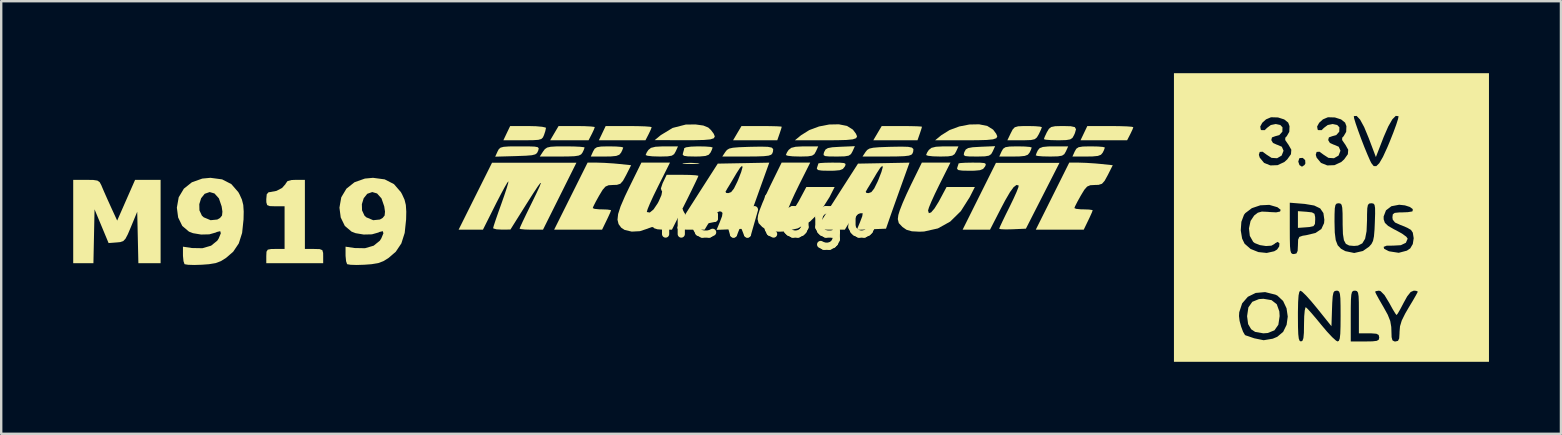
<source format=kicad_pcb>
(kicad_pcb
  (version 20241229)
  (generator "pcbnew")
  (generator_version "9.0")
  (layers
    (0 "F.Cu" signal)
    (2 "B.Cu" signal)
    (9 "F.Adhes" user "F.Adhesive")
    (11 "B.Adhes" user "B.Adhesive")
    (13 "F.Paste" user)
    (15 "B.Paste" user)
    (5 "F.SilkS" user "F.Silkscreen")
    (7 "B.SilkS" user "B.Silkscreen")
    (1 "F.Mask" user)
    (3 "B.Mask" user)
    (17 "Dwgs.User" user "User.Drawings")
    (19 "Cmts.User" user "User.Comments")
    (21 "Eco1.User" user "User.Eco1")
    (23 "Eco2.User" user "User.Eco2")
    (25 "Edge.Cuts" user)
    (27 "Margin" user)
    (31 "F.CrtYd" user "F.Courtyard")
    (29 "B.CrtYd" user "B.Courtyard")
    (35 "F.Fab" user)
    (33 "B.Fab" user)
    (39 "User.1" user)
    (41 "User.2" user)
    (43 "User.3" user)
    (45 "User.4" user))
  (footprint "newlogo"
    (layer "F.Cu")
    (at 28.925 6.011)
    (property "Reference" "newlogo" (at 0 0 0) (layer "F.SilkS") (effects (font (size 1.524 1.524) (thickness 0.3))))
    (attr board_only exclude_from_pos_files exclude_from_bom)
    (fp_poly (pts (xy -2.913 -2.264) (xy -2.902 -2.263) (xy -2.822 -2.247) (xy -2.894 -2.236) (xy -3.103 -2.229) (xy -3.175 -2.229) (xy -3.422 -2.233) (xy -3.544 -2.243) (xy -3.522 -2.259) (xy -3.494 -2.262) (xy -3.214 -2.277)) (stroke (width 0) (type solid)) (fill yes) (layer "F.SilkS"))
    (fp_poly (pts (xy 22.458 -0.238) (xy 22.683 -0.213) (xy 22.787 -0.154) (xy 22.816 -0.018) (xy 22.818 0.085) (xy 22.807 0.271) (xy 22.745 0.361) (xy 22.583 0.397) (xy 22.458 0.407) (xy 22.098 0.433) (xy 22.098 -0.264)) (stroke (width 0) (type solid)) (fill yes) (layer "F.SilkS"))
    (fp_poly (pts (xy -7.617 -3.805) (xy -7.359 -3.792) (xy -7.214 -3.774) (xy -7.197 -3.763) (xy -7.232 -3.664) (xy -7.317 -3.483) (xy -7.326 -3.467) (xy -7.455 -3.217) (xy -9.054 -3.217) (xy -8.879 -3.514) (xy -8.704 -3.81) (xy -7.95 -3.81)) (stroke (width 0) (type solid)) (fill yes) (layer "F.SilkS"))
    (fp_poly (pts (xy -5.404 -3.806) (xy -5.095 -3.796) (xy -4.892 -3.78) (xy -4.826 -3.763) (xy -4.861 -3.664) (xy -4.947 -3.483) (xy -4.955 -3.467) (xy -5.084 -3.217) (xy -7.025 -3.217) (xy -6.883 -3.514) (xy -6.742 -3.81) (xy -5.784 -3.81)) (stroke (width 0) (type solid)) (fill yes) (layer "F.SilkS"))
    (fp_poly (pts (xy 0.108 -3.807) (xy 0.388 -3.8) (xy 0.558 -3.789) (xy 0.593 -3.78) (xy 0.568 -3.688) (xy 0.507 -3.504) (xy 0.5 -3.484) (xy 0.407 -3.217) (xy -1.434 -3.217) (xy -1.259 -3.514) (xy -1.084 -3.81) (xy -0.246 -3.81)) (stroke (width 0) (type solid)) (fill yes) (layer "F.SilkS"))
    (fp_poly (pts (xy 5.95 -3.807) (xy 6.23 -3.8) (xy 6.4 -3.789) (xy 6.435 -3.78) (xy 6.41 -3.688) (xy 6.349 -3.504) (xy 6.342 -3.484) (xy 6.249 -3.217) (xy 4.408 -3.217) (xy 4.583 -3.514) (xy 4.758 -3.81) (xy 5.596 -3.81)) (stroke (width 0) (type solid)) (fill yes) (layer "F.SilkS"))
    (fp_poly (pts (xy 14.662 -3.806) (xy 14.971 -3.796) (xy 15.174 -3.78) (xy 15.24 -3.763) (xy 15.205 -3.664) (xy 15.119 -3.483) (xy 15.111 -3.467) (xy 14.982 -3.217) (xy 13.041 -3.217) (xy 13.183 -3.514) (xy 13.324 -3.81) (xy 14.282 -3.81)) (stroke (width 0) (type solid)) (fill yes) (layer "F.SilkS"))
    (fp_poly (pts (xy -2.673 -3.831) (xy -2.469 -3.748) (xy -2.357 -3.644) (xy -2.241 -3.49) (xy -2.195 -3.377) (xy -2.237 -3.301) (xy -2.382 -3.254) (xy -2.65 -3.23) (xy -3.057 -3.221) (xy -3.45 -3.22) (xy -4.699 -3.223) (xy -4.445 -3.432) (xy -3.954 -3.731) (xy -3.403 -3.872) (xy -2.994 -3.876)) (stroke (width 0) (type solid)) (fill yes) (layer "F.SilkS"))
    (fp_poly (pts (xy -9.643 -3.802) (xy -9.387 -3.779) (xy -9.245 -3.747) (xy -9.229 -3.731) (xy -9.257 -3.598) (xy -9.311 -3.435) (xy -9.357 -3.334) (xy -9.424 -3.27) (xy -9.549 -3.235) (xy -9.765 -3.221) (xy -10.108 -3.217) (xy -10.199 -3.217) (xy -11.004 -3.217) (xy -10.863 -3.514) (xy -10.721 -3.81) (xy -9.975 -3.81)) (stroke (width 0) (type solid)) (fill yes) (layer "F.SilkS"))
    (fp_poly (pts (xy 3.315 -3.813) (xy 3.555 -3.662) (xy 3.57 -3.644) (xy 3.684 -3.491) (xy 3.731 -3.38) (xy 3.692 -3.304) (xy 3.552 -3.256) (xy 3.291 -3.23) (xy 2.893 -3.219) (xy 2.434 -3.218) (xy 1.143 -3.218) (xy 1.397 -3.426) (xy 1.742 -3.642) (xy 2.146 -3.792) (xy 2.57 -3.874) (xy 2.973 -3.882)) (stroke (width 0) (type solid)) (fill yes) (layer "F.SilkS"))
    (fp_poly (pts (xy 9.157 -3.813) (xy 9.397 -3.662) (xy 9.412 -3.644) (xy 9.526 -3.491) (xy 9.573 -3.38) (xy 9.534 -3.304) (xy 9.394 -3.256) (xy 9.133 -3.23) (xy 8.735 -3.219) (xy 8.276 -3.218) (xy 6.985 -3.218) (xy 7.239 -3.426) (xy 7.584 -3.642) (xy 7.988 -3.792) (xy 8.412 -3.874) (xy 8.815 -3.882)) (stroke (width 0) (type solid)) (fill yes) (layer "F.SilkS"))
    (fp_poly (pts (xy -6.302 -2.957) (xy -6.095 -2.94) (xy -6.011 -2.916) (xy -6.011 -2.915) (xy -6.047 -2.811) (xy -6.099 -2.704) (xy -6.173 -2.615) (xy -6.303 -2.565) (xy -6.531 -2.543) (xy -6.774 -2.54) (xy -7.362 -2.54) (xy -7.266 -2.752) (xy -7.201 -2.864) (xy -7.105 -2.928) (xy -6.934 -2.956) (xy -6.645 -2.963) (xy -6.59 -2.963)) (stroke (width 0) (type solid)) (fill yes) (layer "F.SilkS"))
    (fp_poly (pts (xy -3.825 -2.752) (xy -3.891 -2.639) (xy -3.986 -2.576) (xy -4.157 -2.547) (xy -4.446 -2.54) (xy -4.501 -2.54) (xy -4.789 -2.548) (xy -4.995 -2.571) (xy -5.077 -2.602) (xy -5.077 -2.603) (xy -5.029 -2.715) (xy -4.962 -2.815) (xy -4.854 -2.901) (xy -4.667 -2.947) (xy -4.36 -2.963) (xy -4.289 -2.963) (xy -3.729 -2.963)) (stroke (width 0) (type solid)) (fill yes) (layer "F.SilkS"))
    (fp_poly (pts (xy 2.017 -2.752) (xy 1.951 -2.639) (xy 1.856 -2.576) (xy 1.685 -2.547) (xy 1.396 -2.54) (xy 1.341 -2.54) (xy 1.053 -2.548) (xy 0.847 -2.571) (xy 0.765 -2.602) (xy 0.765 -2.603) (xy 0.813 -2.715) (xy 0.88 -2.815) (xy 0.988 -2.901) (xy 1.175 -2.947) (xy 1.482 -2.963) (xy 1.553 -2.963) (xy 2.113 -2.963)) (stroke (width 0) (type solid)) (fill yes) (layer "F.SilkS"))
    (fp_poly (pts (xy 3.542 -2.755) (xy 3.477 -2.641) (xy 3.382 -2.576) (xy 3.213 -2.547) (xy 2.926 -2.54) (xy 2.868 -2.54) (xy 2.565 -2.543) (xy 2.399 -2.559) (xy 2.336 -2.602) (xy 2.345 -2.683) (xy 2.362 -2.731) (xy 2.417 -2.832) (xy 2.517 -2.892) (xy 2.702 -2.926) (xy 3.015 -2.945) (xy 3.036 -2.946) (xy 3.64 -2.971)) (stroke (width 0) (type solid)) (fill yes) (layer "F.SilkS"))
    (fp_poly (pts (xy 7.859 -2.752) (xy 7.793 -2.639) (xy 7.698 -2.576) (xy 7.527 -2.547) (xy 7.238 -2.54) (xy 7.183 -2.54) (xy 6.895 -2.548) (xy 6.689 -2.571) (xy 6.607 -2.602) (xy 6.607 -2.603) (xy 6.655 -2.715) (xy 6.722 -2.815) (xy 6.83 -2.901) (xy 7.017 -2.947) (xy 7.324 -2.963) (xy 7.395 -2.963) (xy 7.955 -2.963)) (stroke (width 0) (type solid)) (fill yes) (layer "F.SilkS"))
    (fp_poly (pts (xy 9.384 -2.755) (xy 9.319 -2.641) (xy 9.224 -2.576) (xy 9.055 -2.547) (xy 8.768 -2.54) (xy 8.71 -2.54) (xy 8.407 -2.543) (xy 8.241 -2.559) (xy 8.178 -2.602) (xy 8.187 -2.683) (xy 8.204 -2.731) (xy 8.259 -2.832) (xy 8.359 -2.892) (xy 8.544 -2.926) (xy 8.857 -2.945) (xy 8.878 -2.946) (xy 9.482 -2.971)) (stroke (width 0) (type solid)) (fill yes) (layer "F.SilkS"))
    (fp_poly (pts (xy 10.716 -2.957) (xy 10.923 -2.94) (xy 11.007 -2.916) (xy 11.007 -2.915) (xy 10.971 -2.811) (xy 10.919 -2.704) (xy 10.845 -2.615) (xy 10.715 -2.565) (xy 10.487 -2.543) (xy 10.244 -2.54) (xy 9.656 -2.54) (xy 9.752 -2.752) (xy 9.817 -2.864) (xy 9.913 -2.928) (xy 10.084 -2.956) (xy 10.373 -2.963) (xy 10.428 -2.963)) (stroke (width 0) (type solid)) (fill yes) (layer "F.SilkS"))
    (fp_poly (pts (xy 12.431 -2.752) (xy 12.365 -2.639) (xy 12.27 -2.576) (xy 12.099 -2.547) (xy 11.81 -2.54) (xy 11.755 -2.54) (xy 11.467 -2.546) (xy 11.259 -2.563) (xy 11.176 -2.587) (xy 11.176 -2.588) (xy 11.212 -2.693) (xy 11.264 -2.8) (xy 11.338 -2.888) (xy 11.468 -2.938) (xy 11.696 -2.96) (xy 11.939 -2.963) (xy 12.527 -2.963)) (stroke (width 0) (type solid)) (fill yes) (layer "F.SilkS"))
    (fp_poly (pts (xy 13.764 -2.957) (xy 13.971 -2.94) (xy 14.055 -2.916) (xy 14.055 -2.915) (xy 14.019 -2.811) (xy 13.967 -2.704) (xy 13.893 -2.615) (xy 13.763 -2.565) (xy 13.535 -2.543) (xy 13.292 -2.54) (xy 12.704 -2.54) (xy 12.8 -2.752) (xy 12.865 -2.864) (xy 12.961 -2.928) (xy 13.132 -2.956) (xy 13.421 -2.963) (xy 13.476 -2.963)) (stroke (width 0) (type solid)) (fill yes) (layer "F.SilkS"))
    (fp_poly (pts (xy 20.998 3.443) (xy 21.217 3.615) (xy 21.323 3.911) (xy 21.336 4.106) (xy 21.283 4.467) (xy 21.121 4.7) (xy 20.842 4.812) (xy 20.659 4.826) (xy 20.316 4.766) (xy 20.151 4.657) (xy 20.023 4.441) (xy 19.981 4.119) (xy 19.981 4.106) (xy 20.034 3.746) (xy 20.196 3.513) (xy 20.475 3.4) (xy 20.659 3.387)) (stroke (width 0) (type solid)) (fill yes) (layer "F.SilkS"))
    (fp_poly (pts (xy -8.071 -2.959) (xy -7.803 -2.946) (xy -7.645 -2.927) (xy -7.62 -2.915) (xy -7.656 -2.811) (xy -7.708 -2.704) (xy -7.766 -2.628) (xy -7.865 -2.58) (xy -8.04 -2.553) (xy -8.324 -2.542) (xy -8.641 -2.54) (xy -9.487 -2.54) (xy -9.348 -2.752) (xy -9.273 -2.851) (xy -9.18 -2.913) (xy -9.031 -2.947) (xy -8.79 -2.961) (xy -8.416 -2.963) (xy -8.415 -2.963)) (stroke (width 0) (type solid)) (fill yes) (layer "F.SilkS"))
    (fp_poly (pts (xy 0.014 -2.944) (xy 0.173 -2.913) (xy 0.237 -2.851) (xy 0.229 -2.752) (xy 0.203 -2.674) (xy 0.155 -2.616) (xy 0.046 -2.577) (xy -0.152 -2.554) (xy -0.467 -2.543) (xy -0.866 -2.54) (xy -1.883 -2.54) (xy -1.757 -2.731) (xy -1.689 -2.814) (xy -1.595 -2.871) (xy -1.441 -2.906) (xy -1.194 -2.927) (xy -0.821 -2.941) (xy -0.688 -2.945) (xy -0.265 -2.952)) (stroke (width 0) (type solid)) (fill yes) (layer "F.SilkS"))
    (fp_poly (pts (xy 3.021 -2.283) (xy 3.191 -2.268) (xy 3.253 -2.229) (xy 3.238 -2.157) (xy 3.217 -2.117) (xy 3.141 -2.023) (xy 3.01 -1.971) (xy 2.781 -1.95) (xy 2.57 -1.947) (xy 2.272 -1.953) (xy 2.111 -1.976) (xy 2.056 -2.024) (xy 2.065 -2.081) (xy 2.11 -2.216) (xy 2.117 -2.251) (xy 2.194 -2.268) (xy 2.398 -2.281) (xy 2.686 -2.286) (xy 2.712 -2.286)) (stroke (width 0) (type solid)) (fill yes) (layer "F.SilkS"))
    (fp_poly (pts (xy 5.856 -2.944) (xy 6.015 -2.913) (xy 6.079 -2.851) (xy 6.071 -2.752) (xy 6.045 -2.674) (xy 5.997 -2.616) (xy 5.888 -2.577) (xy 5.69 -2.554) (xy 5.375 -2.543) (xy 4.976 -2.54) (xy 3.959 -2.54) (xy 4.085 -2.731) (xy 4.153 -2.814) (xy 4.247 -2.871) (xy 4.401 -2.906) (xy 4.648 -2.927) (xy 5.021 -2.941) (xy 5.154 -2.945) (xy 5.577 -2.952)) (stroke (width 0) (type solid)) (fill yes) (layer "F.SilkS"))
    (fp_poly (pts (xy 8.863 -2.283) (xy 9.033 -2.268) (xy 9.095 -2.229) (xy 9.08 -2.157) (xy 9.059 -2.117) (xy 8.983 -2.023) (xy 8.852 -1.971) (xy 8.623 -1.95) (xy 8.412 -1.947) (xy 8.114 -1.953) (xy 7.953 -1.976) (xy 7.898 -2.024) (xy 7.907 -2.081) (xy 7.952 -2.216) (xy 7.959 -2.251) (xy 8.036 -2.268) (xy 8.24 -2.281) (xy 8.528 -2.286) (xy 8.554 -2.286)) (stroke (width 0) (type solid)) (fill yes) (layer "F.SilkS"))
    (fp_poly (pts (xy 11.141 -3.804) (xy 11.348 -3.787) (xy 11.43 -3.764) (xy 11.43 -3.763) (xy 11.395 -3.664) (xy 11.309 -3.483) (xy 11.301 -3.467) (xy 11.223 -3.336) (xy 11.13 -3.261) (xy 10.976 -3.227) (xy 10.716 -3.218) (xy 10.583 -3.217) (xy 9.993 -3.217) (xy 10.135 -3.514) (xy 10.216 -3.67) (xy 10.302 -3.759) (xy 10.441 -3.799) (xy 10.678 -3.81) (xy 10.853 -3.81)) (stroke (width 0) (type solid)) (fill yes) (layer "F.SilkS"))
    (fp_poly (pts (xy -9.939 -2.962) (xy -9.701 -2.953) (xy -9.575 -2.93) (xy -9.532 -2.885) (xy -9.545 -2.811) (xy -9.558 -2.773) (xy -9.602 -2.686) (xy -9.677 -2.629) (xy -9.818 -2.594) (xy -10.058 -2.574) (xy -10.43 -2.56) (xy -10.487 -2.558) (xy -11.344 -2.534) (xy -11.247 -2.749) (xy -11.194 -2.847) (xy -11.121 -2.91) (xy -10.993 -2.944) (xy -10.775 -2.96) (xy -10.431 -2.963) (xy -10.318 -2.963)) (stroke (width 0) (type solid)) (fill yes) (layer "F.SilkS"))
    (fp_poly (pts (xy -2.587 -2.957) (xy -2.375 -2.941) (xy -2.286 -2.917) (xy -2.286 -2.915) (xy -2.322 -2.811) (xy -2.374 -2.704) (xy -2.451 -2.613) (xy -2.587 -2.563) (xy -2.825 -2.542) (xy -3.018 -2.54) (xy -3.316 -2.546) (xy -3.477 -2.568) (xy -3.532 -2.616) (xy -3.523 -2.674) (xy -3.477 -2.835) (xy -3.471 -2.886) (xy -3.394 -2.924) (xy -3.19 -2.952) (xy -2.902 -2.963) (xy -2.879 -2.963)) (stroke (width 0) (type solid)) (fill yes) (layer "F.SilkS"))
    (fp_poly (pts (xy 12.634 -3.802) (xy 12.803 -3.765) (xy 12.853 -3.677) (xy 12.808 -3.517) (xy 12.771 -3.433) (xy 12.706 -3.318) (xy 12.611 -3.254) (xy 12.443 -3.225) (xy 12.158 -3.217) (xy 12.094 -3.217) (xy 11.805 -3.224) (xy 11.598 -3.24) (xy 11.515 -3.263) (xy 11.515 -3.264) (xy 11.55 -3.364) (xy 11.635 -3.544) (xy 11.644 -3.56) (xy 11.725 -3.695) (xy 11.823 -3.77) (xy 11.986 -3.803) (xy 12.263 -3.81) (xy 12.321 -3.81)) (stroke (width 0) (type solid)) (fill yes) (layer "F.SilkS"))
    (fp_poly (pts (xy 10.765 0.466) (xy 10.209 0.491) (xy 9.927 0.497) (xy 9.727 0.488) (xy 9.652 0.468) (xy 9.688 0.378) (xy 9.785 0.169) (xy 9.928 -0.127) (xy 10.081 -0.434) (xy 10.247 -0.777) (xy 10.376 -1.063) (xy 10.452 -1.259) (xy 10.465 -1.332) (xy 10.376 -1.357) (xy 10.258 -1.27) (xy 10.103 -1.058) (xy 9.9 -0.709) (xy 9.732 -0.391) (xy 9.271 0.506) (xy 8.129 0.508) (xy 8.823 -0.884) (xy 9.517 -2.275) (xy 10.841 -2.276) (xy 12.164 -2.277)) (stroke (width 0) (type solid)) (fill yes) (layer "F.SilkS"))
    (fp_poly (pts (xy -28.09 -1.564) (xy -27.918 -1.538) (xy -27.822 -1.471) (xy -27.753 -1.343) (xy -27.733 -1.293) (xy -27.64 -1.076) (xy -27.505 -0.771) (xy -27.357 -0.445) (xy -27.357 -0.444) (xy -27.093 0.129) (xy -26.72 -0.72) (xy -26.347 -1.568) (xy -25.284 -1.568) (xy -25.284 1.903) (xy -26.21 1.903) (xy -26.234 0.831) (xy -26.258 -0.24) (xy -26.517 0.387) (xy -26.649 0.698) (xy -26.748 0.886) (xy -26.843 0.984) (xy -26.966 1.025) (xy -27.114 1.039) (xy -27.451 1.065) (xy -28.036 -0.34) (xy -28.083 1.903) (xy -28.925 1.903) (xy -28.925 -1.568) (xy -28.385 -1.568)) (stroke (width 0) (type solid)) (fill yes) (layer "F.SilkS"))
    (fp_poly (pts (xy -19.273 1.311) (xy -18.892 1.311) (xy -18.658 1.317) (xy -18.547 1.36) (xy -18.513 1.475) (xy -18.511 1.607) (xy -18.511 1.903) (xy -20.881 1.903) (xy -20.881 1.607) (xy -20.873 1.425) (xy -20.818 1.339) (xy -20.67 1.312) (xy -20.5 1.311) (xy -20.119 1.311) (xy -20.119 -0.467) (xy -20.5 -0.467) (xy -20.735 -0.474) (xy -20.845 -0.517) (xy -20.879 -0.632) (xy -20.881 -0.764) (xy -20.862 -0.969) (xy -20.787 -1.051) (xy -20.716 -1.06) (xy -20.456 -1.109) (xy -20.222 -1.232) (xy -20.08 -1.392) (xy -20.073 -1.412) (xy -19.998 -1.515) (xy -19.829 -1.561) (xy -19.648 -1.568) (xy -19.273 -1.568)) (stroke (width 0) (type solid)) (fill yes) (layer "F.SilkS"))
    (fp_poly (pts (xy -6.792 -2.276) (xy -6.417 -2.252) (xy -6.198 -2.232) (xy -5.682 -2.178) (xy -5.89 -1.766) (xy -6.021 -1.528) (xy -6.131 -1.405) (xy -6.273 -1.36) (xy -6.43 -1.355) (xy -6.619 -1.344) (xy -6.75 -1.288) (xy -6.869 -1.152) (xy -7.02 -0.902) (xy -7.021 -0.9) (xy -7.158 -0.653) (xy -7.252 -0.468) (xy -7.281 -0.392) (xy -7.206 -0.36) (xy -7.014 -0.341) (xy -6.9 -0.339) (xy -6.673 -0.331) (xy -6.537 -0.311) (xy -6.519 -0.299) (xy -6.553 -0.206) (xy -6.64 -0.013) (xy -6.706 0.125) (xy -6.892 0.508) (xy -8.889 0.508) (xy -8.192 -0.889) (xy -7.495 -2.286) (xy -7.104 -2.286)) (stroke (width 0) (type solid)) (fill yes) (layer "F.SilkS"))
    (fp_poly (pts (xy 1.313 -1.356) (xy 1.133 -0.986) (xy 0.985 -0.662) (xy 0.885 -0.42) (xy 0.847 -0.292) (xy 0.847 -0.291) (xy 0.88 -0.18) (xy 0.974 -0.212) (xy 1.115 -0.376) (xy 1.291 -0.659) (xy 1.338 -0.746) (xy 1.618 -1.27) (xy 2.797 -1.27) (xy 2.584 -0.85) (xy 2.213 -0.265) (xy 1.769 0.171) (xy 1.257 0.455) (xy 0.682 0.584) (xy 0.492 0.592) (xy 0.17 0.575) (xy -0.05 0.512) (xy -0.219 0.396) (xy -0.372 0.234) (xy -0.413 0.067) (xy -0.391 -0.104) (xy -0.331 -0.299) (xy -0.212 -0.603) (xy -0.05 -0.972) (xy 0.127 -1.347) (xy 0.588 -2.286) (xy 1.779 -2.286)) (stroke (width 0) (type solid)) (fill yes) (layer "F.SilkS"))
    (fp_poly (pts (xy 7.155 -1.356) (xy 6.975 -0.986) (xy 6.827 -0.662) (xy 6.727 -0.42) (xy 6.689 -0.292) (xy 6.689 -0.291) (xy 6.722 -0.18) (xy 6.816 -0.212) (xy 6.957 -0.376) (xy 7.133 -0.659) (xy 7.18 -0.746) (xy 7.46 -1.27) (xy 8.639 -1.27) (xy 8.426 -0.85) (xy 8.055 -0.265) (xy 7.611 0.171) (xy 7.099 0.455) (xy 6.524 0.584) (xy 6.334 0.592) (xy 6.012 0.575) (xy 5.792 0.512) (xy 5.623 0.396) (xy 5.47 0.234) (xy 5.429 0.067) (xy 5.451 -0.104) (xy 5.511 -0.299) (xy 5.63 -0.603) (xy 5.792 -0.972) (xy 5.969 -1.347) (xy 6.43 -2.286) (xy 7.621 -2.286)) (stroke (width 0) (type solid)) (fill yes) (layer "F.SilkS"))
    (fp_poly (pts (xy 13.274 -2.276) (xy 13.649 -2.252) (xy 13.868 -2.232) (xy 14.384 -2.178) (xy 14.176 -1.766) (xy 14.045 -1.528) (xy 13.935 -1.405) (xy 13.793 -1.36) (xy 13.636 -1.355) (xy 13.447 -1.344) (xy 13.316 -1.288) (xy 13.197 -1.152) (xy 13.046 -0.902) (xy 13.045 -0.9) (xy 12.908 -0.653) (xy 12.814 -0.468) (xy 12.785 -0.392) (xy 12.86 -0.36) (xy 13.052 -0.341) (xy 13.166 -0.339) (xy 13.393 -0.331) (xy 13.529 -0.311) (xy 13.547 -0.299) (xy 13.513 -0.206) (xy 13.426 -0.013) (xy 13.36 0.125) (xy 13.174 0.508) (xy 11.177 0.508) (xy 11.874 -0.889) (xy 12.571 -2.286) (xy 12.962 -2.286)) (stroke (width 0) (type solid)) (fill yes) (layer "F.SilkS"))
    (fp_poly (pts (xy -9.719 -2.282) (xy -7.961 -2.282) (xy -8.657 -0.887) (xy -9.353 0.508) (xy -9.841 0.508) (xy -10.103 0.501) (xy -10.28 0.483) (xy -10.329 0.464) (xy -10.294 0.377) (xy -10.197 0.166) (xy -10.051 -0.138) (xy -9.872 -0.506) (xy -9.818 -0.615) (xy -9.618 -1.026) (xy -9.491 -1.3) (xy -9.44 -1.437) (xy -9.466 -1.434) (xy -9.572 -1.291) (xy -9.761 -1.005) (xy -10.034 -0.576) (xy -10.133 -0.418) (xy -10.71 0.502) (xy -11.07 0.505) (xy -11.29 0.493) (xy -11.417 0.458) (xy -11.43 0.44) (xy -11.403 0.338) (xy -11.328 0.111) (xy -11.218 -0.206) (xy -11.095 -0.551) (xy -10.966 -0.917) (xy -10.866 -1.22) (xy -10.805 -1.428) (xy -10.793 -1.508) (xy -10.841 -1.45) (xy -10.949 -1.265) (xy -11.102 -0.982) (xy -11.286 -0.627) (xy -11.341 -0.517) (xy -11.855 0.508) (xy -12.869 0.508) (xy -12.173 -0.887) (xy -11.476 -2.282)) (stroke (width 0) (type solid)) (fill yes) (layer "F.SilkS"))
    (fp_poly (pts (xy -4.567 -1.28) (xy -4.75 -0.905) (xy -4.896 -0.587) (xy -4.993 -0.354) (xy -5.027 -0.235) (xy -5.025 -0.227) (xy -4.904 -0.207) (xy -4.749 -0.334) (xy -4.575 -0.592) (xy -4.528 -0.681) (xy -4.418 -0.933) (xy -4.39 -1.086) (xy -4.412 -1.118) (xy -4.442 -1.209) (xy -4.372 -1.42) (xy -4.352 -1.463) (xy -4.202 -1.778) (xy -3.54 -1.778) (xy -3.23 -1.773) (xy -2.997 -1.759) (xy -2.884 -1.74) (xy -2.879 -1.734) (xy -2.915 -1.647) (xy -3.014 -1.437) (xy -3.162 -1.131) (xy -3.346 -0.758) (xy -3.43 -0.591) (xy -3.981 0.508) (xy -4.361 0.508) (xy -4.588 0.491) (xy -4.724 0.447) (xy -4.741 0.421) (xy -4.805 0.395) (xy -4.968 0.452) (xy -4.991 0.463) (xy -5.315 0.57) (xy -5.656 0.588) (xy -5.953 0.518) (xy -6.096 0.423) (xy -6.205 0.274) (xy -6.249 0.093) (xy -6.223 -0.145) (xy -6.121 -0.463) (xy -5.939 -0.885) (xy -5.76 -1.258) (xy -5.254 -2.286) (xy -4.063 -2.286)) (stroke (width 0) (type solid)) (fill yes) (layer "F.SilkS"))
    (fp_poly (pts (xy -0.269 -1.333) (xy -0.42 -0.91) (xy -0.567 -0.5) (xy -0.689 -0.155) (xy -0.758 0.042) (xy -0.905 0.466) (xy -1.513 0.491) (xy -2.122 0.516) (xy -1.992 0.205) (xy -1.894 -0.052) (xy -1.874 -0.191) (xy -1.932 -0.247) (xy -2.011 -0.254) (xy -2.143 -0.184) (xy -2.307 0.001) (xy -2.39 0.127) (xy -2.62 0.508) (xy -3.218 0.508) (xy -3.527 0.504) (xy -3.697 0.487) (xy -3.759 0.449) (xy -3.742 0.379) (xy -3.731 0.36) (xy -3.659 0.242) (xy -3.512 0.008) (xy -3.308 -0.315) (xy -3.062 -0.699) (xy -2.86 -1.016) (xy -2.826 -1.069) (xy -1.751 -1.069) (xy -1.715 -1.021) (xy -1.628 -1.016) (xy -1.514 -1.059) (xy -1.398 -1.206) (xy -1.26 -1.484) (xy -1.224 -1.567) (xy -1.096 -1.895) (xy -1.041 -2.093) (xy -1.058 -2.154) (xy -1.143 -2.073) (xy -1.293 -1.842) (xy -1.316 -1.803) (xy -1.474 -1.536) (xy -1.616 -1.3) (xy -1.675 -1.206) (xy -1.751 -1.069) (xy -2.826 -1.069) (xy -2.072 -2.244) (xy -0.999 -2.264) (xy 0.074 -2.285)) (stroke (width 0) (type solid)) (fill yes) (layer "F.SilkS"))
    (fp_poly (pts (xy 5.573 -1.333) (xy 5.422 -0.91) (xy 5.275 -0.5) (xy 5.153 -0.155) (xy 5.084 0.042) (xy 4.937 0.466) (xy 4.329 0.491) (xy 3.72 0.516) (xy 3.85 0.205) (xy 3.948 -0.052) (xy 3.968 -0.191) (xy 3.91 -0.247) (xy 3.831 -0.254) (xy 3.699 -0.184) (xy 3.535 0.001) (xy 3.452 0.127) (xy 3.222 0.508) (xy 2.624 0.508) (xy 2.315 0.504) (xy 2.145 0.487) (xy 2.083 0.449) (xy 2.1 0.379) (xy 2.111 0.36) (xy 2.183 0.242) (xy 2.33 0.008) (xy 2.534 -0.315) (xy 2.78 -0.699) (xy 2.982 -1.016) (xy 3.016 -1.069) (xy 4.091 -1.069) (xy 4.127 -1.021) (xy 4.214 -1.016) (xy 4.328 -1.059) (xy 4.444 -1.206) (xy 4.582 -1.484) (xy 4.618 -1.567) (xy 4.746 -1.895) (xy 4.801 -2.093) (xy 4.784 -2.154) (xy 4.699 -2.073) (xy 4.549 -1.842) (xy 4.526 -1.803) (xy 4.368 -1.536) (xy 4.226 -1.3) (xy 4.167 -1.206) (xy 4.091 -1.069) (xy 3.016 -1.069) (xy 3.77 -2.244) (xy 4.843 -2.264) (xy 5.916 -2.285)) (stroke (width 0) (type solid)) (fill yes) (layer "F.SilkS"))
    (fp_poly (pts (xy -22.721 -1.588) (xy -22.337 -1.391) (xy -22.047 -1.057) (xy -21.998 -0.969) (xy -21.896 -0.744) (xy -21.84 -0.522) (xy -21.822 -0.244) (xy -21.829 0.083) (xy -21.888 0.643) (xy -22.027 1.08) (xy -22.26 1.426) (xy -22.558 1.684) (xy -22.773 1.818) (xy -22.99 1.9) (xy -23.269 1.946) (xy -23.566 1.968) (xy -23.887 1.978) (xy -24.139 1.97) (xy -24.279 1.947) (xy -24.289 1.94) (xy -24.33 1.82) (xy -24.352 1.604) (xy -24.353 1.545) (xy -24.353 1.216) (xy -23.978 1.272) (xy -23.543 1.28) (xy -23.181 1.175) (xy -22.923 0.966) (xy -22.863 0.872) (xy -22.776 0.659) (xy -22.8 0.57) (xy -22.939 0.603) (xy -22.985 0.626) (xy -23.254 0.702) (xy -23.597 0.71) (xy -23.934 0.654) (xy -24.102 0.589) (xy -24.381 0.353) (xy -24.553 0) (xy -24.607 -0.408) (xy -24.581 -0.555) (xy -23.672 -0.555) (xy -23.666 -0.297) (xy -23.564 -0.077) (xy -23.487 -0.007) (xy -23.2 0.113) (xy -22.922 0.085) (xy -22.808 0.019) (xy -22.725 -0.083) (xy -22.709 -0.244) (xy -22.741 -0.462) (xy -22.855 -0.796) (xy -23.039 -1.001) (xy -23.24 -1.06) (xy -23.448 -0.987) (xy -23.596 -0.802) (xy -23.672 -0.555) (xy -24.581 -0.555) (xy -24.53 -0.842) (xy -24.315 -1.201) (xy -23.981 -1.467) (xy -23.548 -1.621) (xy -23.208 -1.653)) (stroke (width 0) (type solid)) (fill yes) (layer "F.SilkS"))
    (fp_poly (pts (xy -15.948 -1.588) (xy -15.563 -1.391) (xy -15.274 -1.057) (xy -15.225 -0.969) (xy -15.122 -0.744) (xy -15.067 -0.522) (xy -15.049 -0.244) (xy -15.056 0.083) (xy -15.115 0.643) (xy -15.254 1.08) (xy -15.486 1.426) (xy -15.785 1.684) (xy -16 1.818) (xy -16.217 1.9) (xy -16.496 1.946) (xy -16.793 1.968) (xy -17.113 1.978) (xy -17.366 1.97) (xy -17.505 1.947) (xy -17.516 1.94) (xy -17.557 1.82) (xy -17.578 1.604) (xy -17.579 1.545) (xy -17.579 1.216) (xy -17.205 1.272) (xy -16.77 1.28) (xy -16.408 1.175) (xy -16.15 0.966) (xy -16.09 0.872) (xy -16.002 0.659) (xy -16.027 0.57) (xy -16.165 0.603) (xy -16.212 0.626) (xy -16.481 0.702) (xy -16.823 0.71) (xy -17.16 0.654) (xy -17.328 0.589) (xy -17.608 0.353) (xy -17.78 0) (xy -17.833 -0.408) (xy -17.808 -0.555) (xy -16.899 -0.555) (xy -16.892 -0.297) (xy -16.79 -0.077) (xy -16.714 -0.007) (xy -16.427 0.113) (xy -16.149 0.085) (xy -16.034 0.019) (xy -15.951 -0.083) (xy -15.935 -0.244) (xy -15.967 -0.462) (xy -16.082 -0.796) (xy -16.266 -1.001) (xy -16.467 -1.06) (xy -16.675 -0.987) (xy -16.823 -0.802) (xy -16.899 -0.555) (xy -17.808 -0.555) (xy -17.757 -0.842) (xy -17.542 -1.201) (xy -17.208 -1.467) (xy -16.775 -1.621) (xy -16.435 -1.653)) (stroke (width 0) (type solid)) (fill yes) (layer "F.SilkS"))
    (fp_poly (pts (xy 30.057 6.011) (xy 16.933 6.011) (xy 16.933 4.106) (xy 19.643 4.106) (xy 19.668 4.308) (xy 19.732 4.545) (xy 19.812 4.76) (xy 19.891 4.894) (xy 19.92 4.912) (xy 20.004 4.938) (xy 20.191 5.003) (xy 20.278 5.033) (xy 20.671 5.113) (xy 21.049 5.05) (xy 21.237 4.971) (xy 21.482 4.766) (xy 21.627 4.471) (xy 21.674 4.128) (xy 21.671 4.106) (xy 22.098 4.106) (xy 22.101 4.555) (xy 22.112 4.859) (xy 22.134 5.045) (xy 22.17 5.139) (xy 22.224 5.165) (xy 22.225 5.165) (xy 22.288 5.134) (xy 22.327 5.023) (xy 22.347 4.802) (xy 22.352 4.441) (xy 22.352 4.438) (xy 22.36 4.115) (xy 22.382 3.873) (xy 22.413 3.748) (xy 22.428 3.739) (xy 22.509 3.814) (xy 22.67 3.992) (xy 22.885 4.245) (xy 23.066 4.466) (xy 23.309 4.754) (xy 23.525 4.985) (xy 23.685 5.129) (xy 23.752 5.165) (xy 24.299 5.165) (xy 24.892 5.165) (xy 25.203 5.16) (xy 25.382 5.139) (xy 25.464 5.093) (xy 25.485 5.009) (xy 25.485 4.995) (xy 25.462 4.894) (xy 25.368 4.843) (xy 25.159 4.827) (xy 25.061 4.826) (xy 24.638 4.826) (xy 24.638 3.937) (xy 24.636 3.54) (xy 24.626 3.283) (xy 24.602 3.135) (xy 24.577 3.097) (xy 25.315 3.097) (xy 25.356 3.188) (xy 25.463 3.385) (xy 25.615 3.649) (xy 25.654 3.715) (xy 25.84 4.051) (xy 25.944 4.312) (xy 25.987 4.561) (xy 25.993 4.725) (xy 26.001 4.985) (xy 26.036 5.117) (xy 26.114 5.162) (xy 26.162 5.165) (xy 26.267 5.14) (xy 26.317 5.039) (xy 26.331 4.819) (xy 26.331 4.773) (xy 26.351 4.534) (xy 26.423 4.294) (xy 26.566 4.005) (xy 26.712 3.754) (xy 26.884 3.468) (xy 27.015 3.24) (xy 27.086 3.106) (xy 27.093 3.087) (xy 27.022 3.055) (xy 26.925 3.048) (xy 26.796 3.104) (xy 26.65 3.287) (xy 26.501 3.556) (xy 26.367 3.812) (xy 26.262 3.994) (xy 26.208 4.064) (xy 26.208 4.064) (xy 26.153 3.995) (xy 26.044 3.815) (xy 25.904 3.561) (xy 25.901 3.556) (xy 25.704 3.232) (xy 25.544 3.07) (xy 25.473 3.048) (xy 25.342 3.07) (xy 25.315 3.097) (xy 24.577 3.097) (xy 24.558 3.067) (xy 24.49 3.048) (xy 24.469 3.048) (xy 24.398 3.058) (xy 24.351 3.105) (xy 24.322 3.217) (xy 24.306 3.422) (xy 24.3 3.747) (xy 24.299 4.106) (xy 24.299 5.165) (xy 23.752 5.165) (xy 23.805 5.137) (xy 23.841 5.039) (xy 23.863 4.844) (xy 23.873 4.529) (xy 23.876 4.106) (xy 23.874 3.667) (xy 23.867 3.369) (xy 23.848 3.186) (xy 23.816 3.09) (xy 23.764 3.053) (xy 23.71 3.048) (xy 23.629 3.063) (xy 23.578 3.13) (xy 23.547 3.282) (xy 23.528 3.551) (xy 23.519 3.789) (xy 23.495 4.53) (xy 22.902 3.79) (xy 22.655 3.493) (xy 22.439 3.252) (xy 22.278 3.096) (xy 22.204 3.049) (xy 22.157 3.095) (xy 22.125 3.247) (xy 22.106 3.523) (xy 22.098 3.944) (xy 22.098 4.106) (xy 21.671 4.106) (xy 21.624 3.782) (xy 21.48 3.477) (xy 21.243 3.255) (xy 21.161 3.215) (xy 20.73 3.108) (xy 20.338 3.143) (xy 20.011 3.304) (xy 19.774 3.578) (xy 19.653 3.948) (xy 19.643 4.106) (xy 16.933 4.106) (xy 16.933 0.535) (xy 19.716 0.535) (xy 19.773 0.879) (xy 19.876 1.092) (xy 20.124 1.309) (xy 20.451 1.441) (xy 20.798 1.477) (xy 21.111 1.407) (xy 21.23 1.335) (xy 21.317 1.208) (xy 21.329 1.077) (xy 21.258 1.016) (xy 21.256 1.016) (xy 21.142 1.078) (xy 21.124 1.101) (xy 20.992 1.174) (xy 20.768 1.189) (xy 20.517 1.151) (xy 20.302 1.067) (xy 20.235 1.016) (xy 20.094 0.767) (xy 20.058 0.454) (xy 20.125 0.144) (xy 20.275 -0.082) (xy 20.428 -0.2) (xy 20.595 -0.246) (xy 20.845 -0.235) (xy 20.908 -0.228) (xy 21.193 -0.214) (xy 21.355 -0.248) (xy 21.379 -0.321) (xy 21.251 -0.423) (xy 21.243 -0.428) (xy 20.906 -0.526) (xy 20.532 -0.508) (xy 20.179 -0.389) (xy 19.904 -0.181) (xy 19.851 -0.111) (xy 19.742 0.18) (xy 19.716 0.535) (xy 16.933 0.535) (xy 16.933 -0.616) (xy 21.759 -0.616) (xy 21.759 0.454) (xy 21.761 0.896) (xy 21.768 1.196) (xy 21.786 1.382) (xy 21.818 1.48) (xy 21.869 1.518) (xy 21.929 1.524) (xy 22.036 1.498) (xy 22.086 1.392) (xy 22.098 1.162) (xy 22.098 1.154) (xy 22.106 0.923) (xy 22.157 0.809) (xy 22.296 0.76) (xy 22.44 0.738) (xy 22.83 0.645) (xy 23.074 0.481) (xy 23.187 0.236) (xy 23.192 0.175) (xy 23.622 0.175) (xy 23.633 0.626) (xy 23.673 0.943) (xy 23.755 1.157) (xy 23.891 1.301) (xy 24.073 1.402) (xy 24.444 1.479) (xy 24.805 1.396) (xy 25.053 1.224) (xy 25.669 1.224) (xy 25.69 1.303) (xy 25.868 1.397) (xy 25.908 1.411) (xy 26.297 1.471) (xy 26.637 1.382) (xy 26.776 1.288) (xy 26.884 1.106) (xy 26.921 0.862) (xy 26.884 0.631) (xy 26.809 0.518) (xy 26.658 0.43) (xy 26.426 0.331) (xy 26.365 0.309) (xy 26.143 0.209) (xy 26.048 0.089) (xy 26.035 -0.009) (xy 26.051 -0.132) (xy 26.13 -0.192) (xy 26.316 -0.211) (xy 26.43 -0.212) (xy 26.675 -0.222) (xy 26.842 -0.248) (xy 26.876 -0.263) (xy 26.882 -0.351) (xy 26.761 -0.439) (xy 26.556 -0.505) (xy 26.315 -0.531) (xy 25.991 -0.469) (xy 25.767 -0.298) (xy 25.669 -0.043) (xy 25.671 0.078) (xy 25.721 0.222) (xy 25.856 0.351) (xy 26.111 0.497) (xy 26.183 0.532) (xy 26.435 0.671) (xy 26.611 0.799) (xy 26.67 0.882) (xy 26.595 1.054) (xy 26.385 1.154) (xy 26.065 1.172) (xy 26.06 1.172) (xy 25.796 1.174) (xy 25.669 1.224) (xy 25.053 1.224) (xy 25.061 1.218) (xy 25.162 1.105) (xy 25.227 0.975) (xy 25.266 0.786) (xy 25.29 0.499) (xy 25.302 0.21) (xy 25.314 -0.163) (xy 25.312 -0.397) (xy 25.29 -0.526) (xy 25.242 -0.581) (xy 25.164 -0.593) (xy 25.154 -0.593) (xy 25.067 -0.581) (xy 25.014 -0.522) (xy 24.987 -0.384) (xy 24.978 -0.132) (xy 24.977 0.108) (xy 24.958 0.569) (xy 24.897 0.885) (xy 24.78 1.078) (xy 24.599 1.17) (xy 24.438 1.185) (xy 24.233 1.168) (xy 24.096 1.098) (xy 24.014 0.947) (xy 23.973 0.688) (xy 23.961 0.293) (xy 23.961 0.195) (xy 23.958 -0.174) (xy 23.945 -0.406) (xy 23.916 -0.532) (xy 23.864 -0.583) (xy 23.791 -0.593) (xy 23.711 -0.58) (xy 23.661 -0.521) (xy 23.634 -0.382) (xy 23.624 -0.133) (xy 23.622 0.175) (xy 23.192 0.175) (xy 23.199 0.096) (xy 23.159 -0.185) (xy 23.026 -0.378) (xy 22.776 -0.499) (xy 22.386 -0.565) (xy 22.314 -0.571) (xy 21.759 -0.616) (xy 16.933 -0.616) (xy 16.933 -2.613) (xy 20.471 -2.613) (xy 20.507 -2.494) (xy 20.688 -2.275) (xy 20.951 -2.169) (xy 21.248 -2.18) (xy 21.531 -2.31) (xy 21.55 -2.327) (xy 22.113 -2.327) (xy 22.162 -2.183) (xy 22.267 -2.117) (xy 22.371 -2.185) (xy 22.409 -2.252) (xy 22.399 -2.391) (xy 22.299 -2.483) (xy 22.174 -2.476) (xy 22.151 -2.457) (xy 22.113 -2.327) (xy 21.55 -2.327) (xy 21.654 -2.421) (xy 21.791 -2.613) (xy 22.841 -2.613) (xy 22.877 -2.494) (xy 23.059 -2.275) (xy 23.321 -2.169) (xy 23.618 -2.18) (xy 23.902 -2.31) (xy 24.024 -2.421) (xy 24.179 -2.637) (xy 24.193 -2.823) (xy 24.07 -3.039) (xy 24.047 -3.07) (xy 23.94 -3.227) (xy 23.943 -3.324) (xy 24.004 -3.388) (xy 24.109 -3.569) (xy 24.118 -3.805) (xy 24.063 -3.953) (xy 23.896 -4.086) (xy 23.638 -4.168) (xy 23.365 -4.176) (xy 23.337 -4.172) (xy 23.14 -4.088) (xy 22.983 -3.946) (xy 22.898 -3.79) (xy 22.919 -3.663) (xy 22.947 -3.639) (xy 23.086 -3.638) (xy 23.178 -3.731) (xy 23.337 -3.852) (xy 23.545 -3.894) (xy 23.734 -3.854) (xy 23.826 -3.757) (xy 23.82 -3.574) (xy 23.693 -3.432) (xy 23.527 -3.387) (xy 23.388 -3.337) (xy 23.359 -3.225) (xy 23.43 -3.106) (xy 23.588 -3.034) (xy 23.6 -3.032) (xy 23.799 -2.947) (xy 23.87 -2.781) (xy 23.793 -2.585) (xy 23.788 -2.578) (xy 23.6 -2.469) (xy 23.369 -2.484) (xy 23.162 -2.619) (xy 22.997 -2.74) (xy 22.877 -2.732) (xy 22.841 -2.613) (xy 21.791 -2.613) (xy 21.808 -2.637) (xy 21.823 -2.823) (xy 21.699 -3.039) (xy 21.676 -3.07) (xy 21.569 -3.227) (xy 21.572 -3.324) (xy 21.634 -3.388) (xy 21.738 -3.569) (xy 21.748 -3.805) (xy 21.693 -3.953) (xy 21.526 -4.086) (xy 21.268 -4.168) (xy 20.995 -4.176) (xy 20.967 -4.172) (xy 20.769 -4.088) (xy 20.612 -3.946) (xy 20.528 -3.79) (xy 20.549 -3.663) (xy 20.577 -3.639) (xy 20.715 -3.638) (xy 20.808 -3.731) (xy 20.967 -3.852) (xy 21.175 -3.894) (xy 21.363 -3.854) (xy 21.455 -3.757) (xy 21.45 -3.574) (xy 21.322 -3.432) (xy 21.156 -3.387) (xy 21.017 -3.337) (xy 20.989 -3.225) (xy 21.059 -3.106) (xy 21.218 -3.034) (xy 21.229 -3.032) (xy 21.428 -2.947) (xy 21.499 -2.781) (xy 21.422 -2.585) (xy 21.417 -2.578) (xy 21.23 -2.469) (xy 20.999 -2.484) (xy 20.791 -2.619) (xy 20.627 -2.74) (xy 20.507 -2.732) (xy 20.471 -2.613) (xy 16.933 -2.613) (xy 16.933 -4.22) (xy 24.427 -4.22) (xy 24.439 -4.13) (xy 24.503 -3.92) (xy 24.604 -3.628) (xy 24.728 -3.289) (xy 24.863 -2.941) (xy 24.995 -2.62) (xy 25.108 -2.363) (xy 25.158 -2.264) (xy 25.255 -2.142) (xy 25.362 -2.138) (xy 25.488 -2.262) (xy 25.641 -2.525) (xy 25.829 -2.935) (xy 25.925 -3.165) (xy 26.076 -3.546) (xy 26.194 -3.868) (xy 26.269 -4.102) (xy 26.29 -4.215) (xy 26.288 -4.22) (xy 26.175 -4.234) (xy 26.031 -4.089) (xy 25.861 -3.792) (xy 25.668 -3.349) (xy 25.651 -3.304) (xy 25.346 -2.518) (xy 25.048 -3.307) (xy 24.857 -3.768) (xy 24.688 -4.078) (xy 24.545 -4.231) (xy 24.431 -4.224) (xy 24.427 -4.22) (xy 16.933 -4.22) (xy 16.933 -6.011) (xy 30.057 -6.011)) (stroke (width 0) (type solid)) (fill yes) (layer "F.SilkS")))
  (gr_rect
    (start -3 -3)
    (end 61.981 15.023)
    (stroke (width 0.1) (type default))
    (fill no)
    (layer "Edge.Cuts")))
</source>
